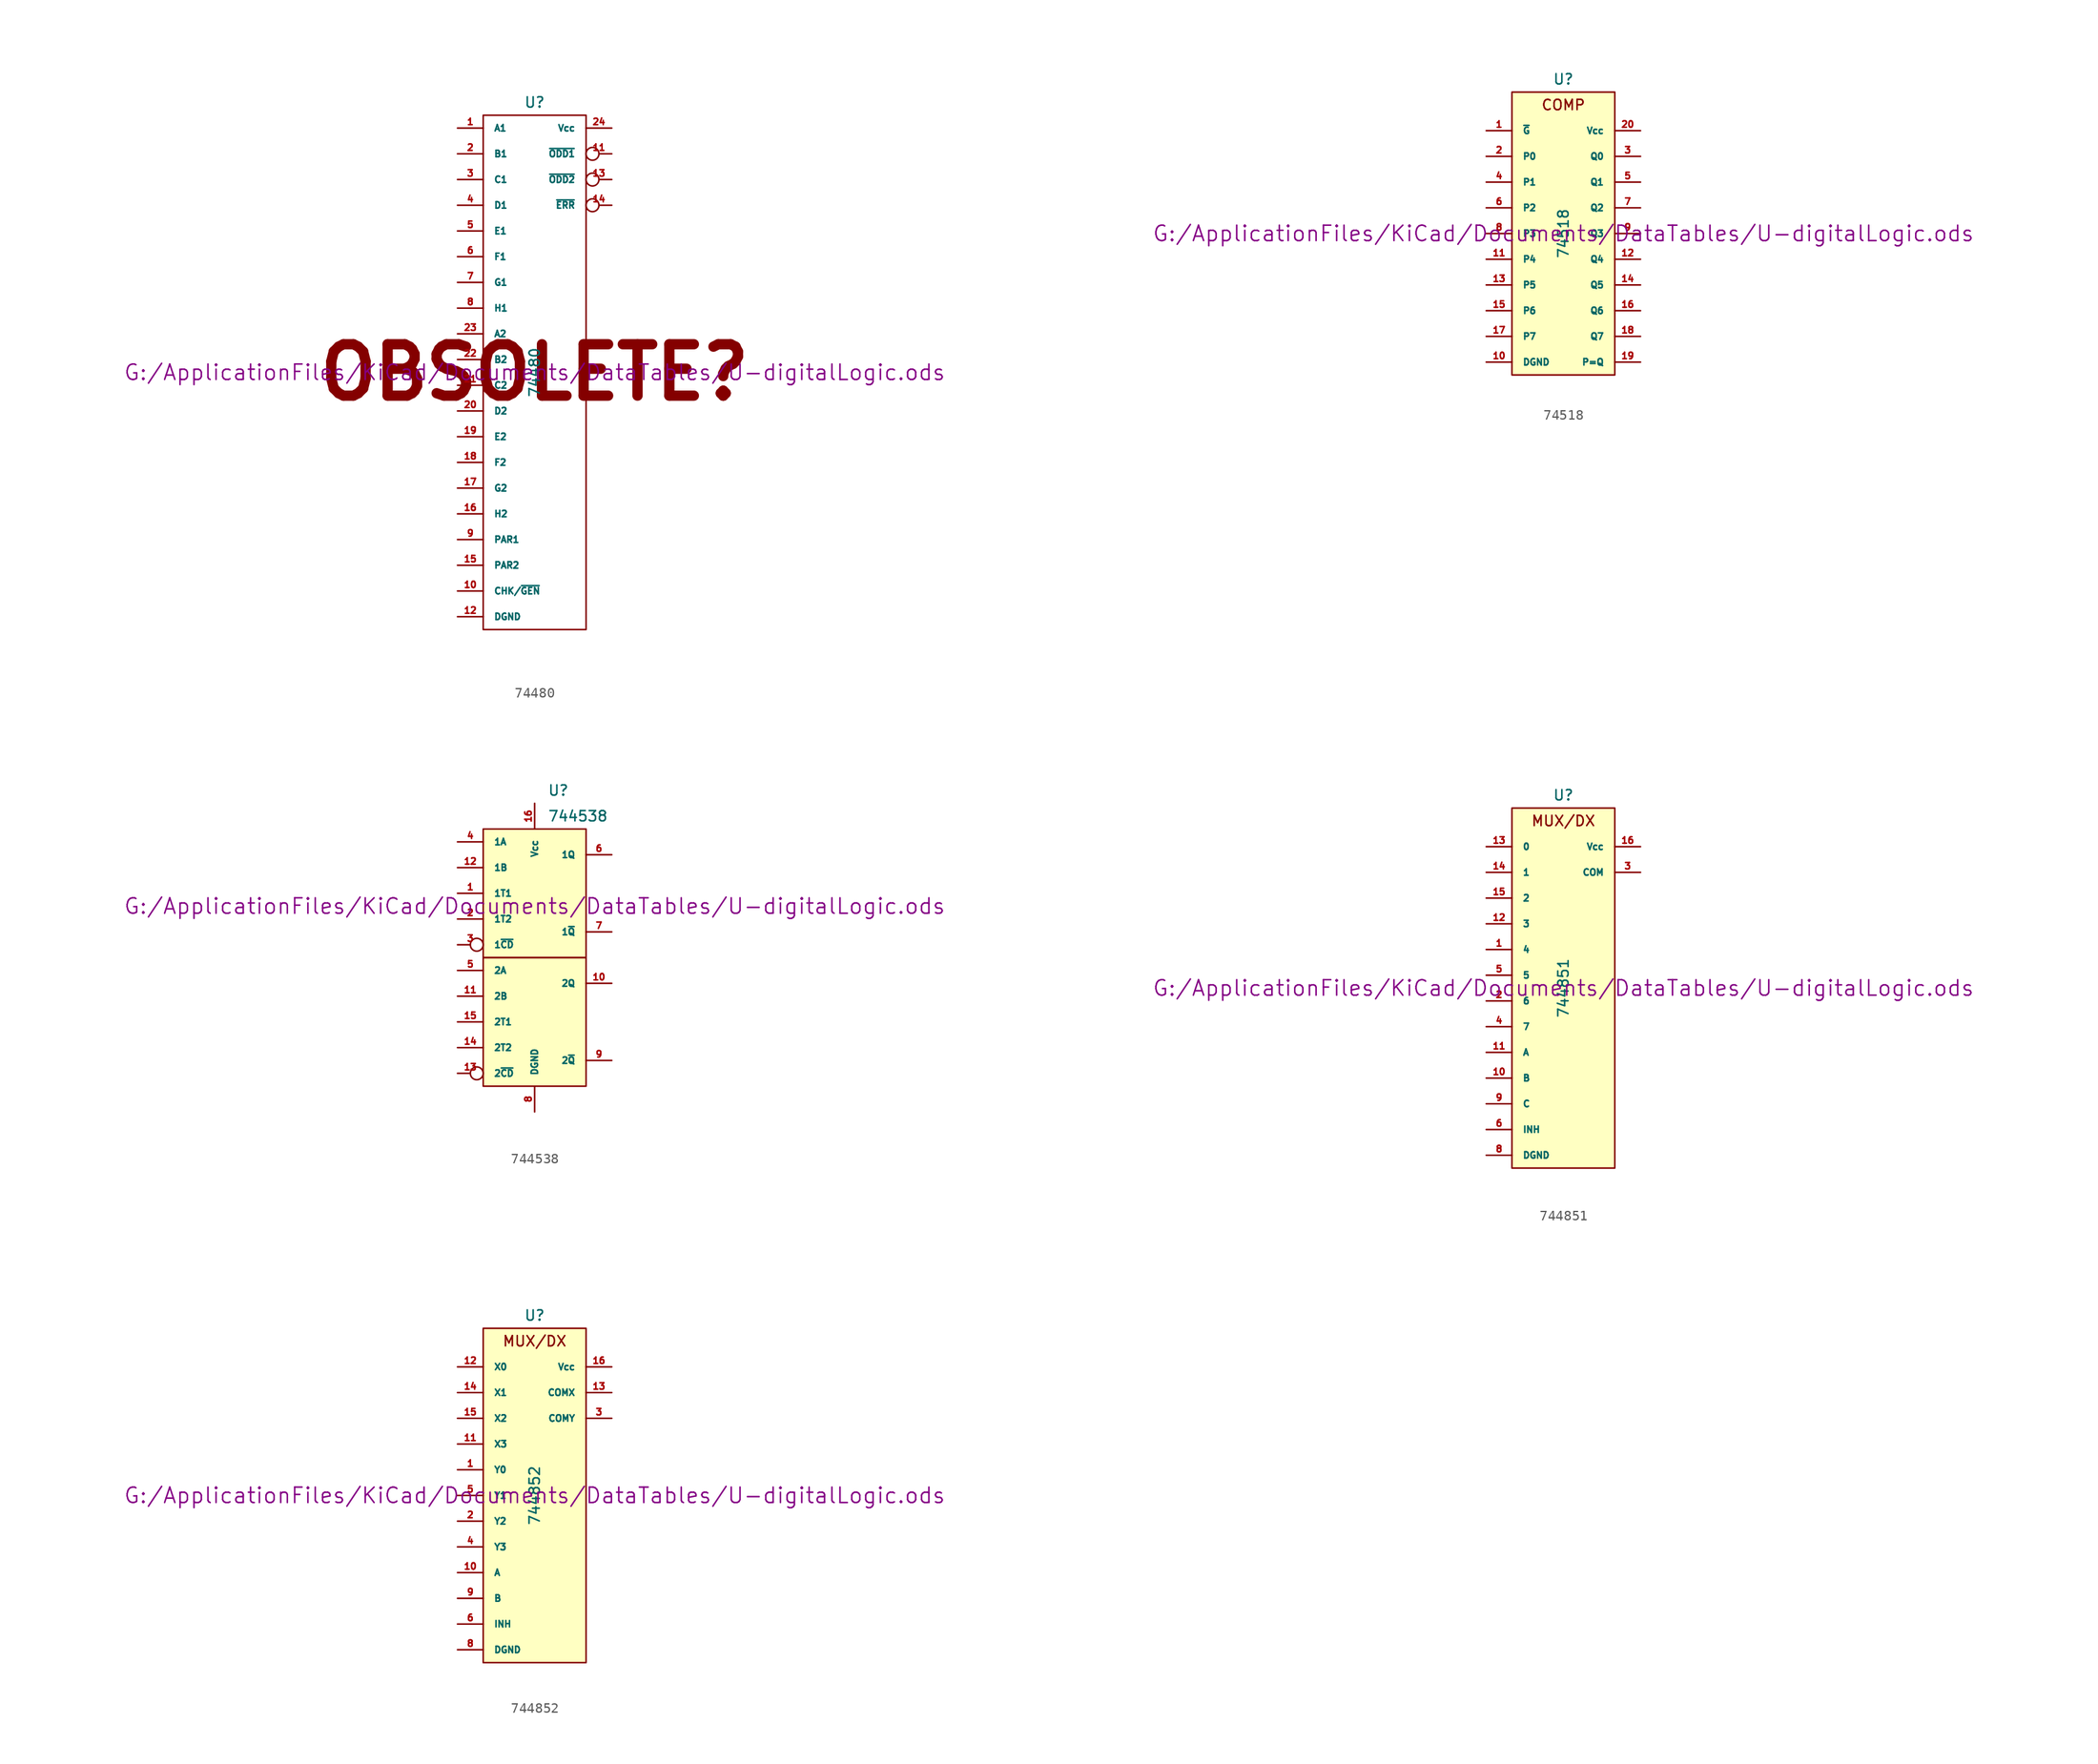
<source format=kicad_sym>
(kicad_symbol_lib
  (version 20211014)
  (generator kicad_symbol_editor)
  (symbol "74480"
    (pin_names
      (offset 1.016))
    (property "Reference" "U"
      (at 0 26.67 0)
      (effects (font (size 1.016 1.016))))
    (property "Value" "74480"
      (at 0 0 90)
      (effects (font (size 1.016 1.016))))
    (property "Footprint" ""
      (at 0 0 0)
      (effects (font (size 1.524 1.524))))
    (property "Datasheet" "G:/ApplicationFiles/KiCad/Documents/DataTables/U-digitalLogic.ods"
      (at 0 0 0)
      (effects (font (size 1.524 1.524))))
    (symbol "74480_0_0"
      (text "OBSOLETE?" (at 0 0 0) (effects (font (size 5.08 5.08) bold))))
    (symbol "74480_0_1"
      (rectangle (start -5.08 25.4) (end 5.08 -25.4) (stroke (width 0) (type default) (color 0 0 0 0)) (fill (type none))))
    (symbol "74480_1_1"
      (pin input line (at -7.62 24.13 0) (length 2.54) (name "A1" (effects (font (size 0.635 0.635)))) (number "1" (effects (font (size 0.635 0.635)))))
      (pin input line (at -7.62 -21.59 0) (length 2.54) (name "CHK/~{GEN}" (effects (font (size 0.635 0.635)))) (number "10" (effects (font (size 0.635 0.635)))))
      (pin output inverted (at 7.62 21.59 180) (length 2.54) (name "~{ODD1}" (effects (font (size 0.635 0.635)))) (number "11" (effects (font (size 0.635 0.635)))))
      (pin power_in line (at -7.62 -24.13 0) (length 2.54) (name "DGND" (effects (font (size 0.635 0.635)))) (number "12" (effects (font (size 0.635 0.635)))))
      (pin output inverted (at 7.62 19.05 180) (length 2.54) (name "~{ODD2}" (effects (font (size 0.635 0.635)))) (number "13" (effects (font (size 0.635 0.635)))))
      (pin output inverted (at 7.62 16.51 180) (length 2.54) (name "~{ERR}" (effects (font (size 0.635 0.635)))) (number "14" (effects (font (size 0.635 0.635)))))
      (pin input line (at -7.62 -19.05 0) (length 2.54) (name "PAR2" (effects (font (size 0.635 0.635)))) (number "15" (effects (font (size 0.635 0.635)))))
      (pin input line (at -7.62 -13.97 0) (length 2.54) (name "H2" (effects (font (size 0.635 0.635)))) (number "16" (effects (font (size 0.635 0.635)))))
      (pin input line (at -7.62 -11.43 0) (length 2.54) (name "G2" (effects (font (size 0.635 0.635)))) (number "17" (effects (font (size 0.635 0.635)))))
      (pin input line (at -7.62 -8.89 0) (length 2.54) (name "F2" (effects (font (size 0.635 0.635)))) (number "18" (effects (font (size 0.635 0.635)))))
      (pin input line (at -7.62 -6.35 0) (length 2.54) (name "E2" (effects (font (size 0.635 0.635)))) (number "19" (effects (font (size 0.635 0.635)))))
      (pin input line (at -7.62 21.59 0) (length 2.54) (name "B1" (effects (font (size 0.635 0.635)))) (number "2" (effects (font (size 0.635 0.635)))))
      (pin input line (at -7.62 -3.81 0) (length 2.54) (name "D2" (effects (font (size 0.635 0.635)))) (number "20" (effects (font (size 0.635 0.635)))))
      (pin input line (at -7.62 -1.27 0) (length 2.54) (name "C2" (effects (font (size 0.635 0.635)))) (number "21" (effects (font (size 0.635 0.635)))))
      (pin input line (at -7.62 1.27 0) (length 2.54) (name "B2" (effects (font (size 0.635 0.635)))) (number "22" (effects (font (size 0.635 0.635)))))
      (pin input line (at -7.62 3.81 0) (length 2.54) (name "A2" (effects (font (size 0.635 0.635)))) (number "23" (effects (font (size 0.635 0.635)))))
      (pin power_in line (at 7.62 24.13 180) (length 2.54) (name "Vcc" (effects (font (size 0.635 0.635)))) (number "24" (effects (font (size 0.635 0.635)))))
      (pin input line (at -7.62 19.05 0) (length 2.54) (name "C1" (effects (font (size 0.635 0.635)))) (number "3" (effects (font (size 0.635 0.635)))))
      (pin input line (at -7.62 16.51 0) (length 2.54) (name "D1" (effects (font (size 0.635 0.635)))) (number "4" (effects (font (size 0.635 0.635)))))
      (pin input line (at -7.62 13.97 0) (length 2.54) (name "E1" (effects (font (size 0.635 0.635)))) (number "5" (effects (font (size 0.635 0.635)))))
      (pin input line (at -7.62 11.43 0) (length 2.54) (name "F1" (effects (font (size 0.635 0.635)))) (number "6" (effects (font (size 0.635 0.635)))))
      (pin input line (at -7.62 8.89 0) (length 2.54) (name "G1" (effects (font (size 0.635 0.635)))) (number "7" (effects (font (size 0.635 0.635)))))
      (pin input line (at -7.62 6.35 0) (length 2.54) (name "H1" (effects (font (size 0.635 0.635)))) (number "8" (effects (font (size 0.635 0.635)))))
      (pin input line (at -7.62 -16.51 0) (length 2.54) (name "PAR1" (effects (font (size 0.635 0.635)))) (number "9" (effects (font (size 0.635 0.635)))))))
  (symbol "74518"
    (pin_names
      (offset 1.016))
    (property "Reference" "U"
      (at 0 15.24 0)
      (effects (font (size 1.016 1.016))))
    (property "Value" "74518"
      (at 0 0 90)
      (effects (font (size 1.016 1.016))))
    (property "Footprint" ""
      (at 0 0 0)
      (effects (font (size 1.524 1.524))))
    (property "Datasheet" "G:/ApplicationFiles/KiCad/Documents/DataTables/U-digitalLogic.ods"
      (at 0 0 0)
      (effects (font (size 1.524 1.524))))
    (symbol "74518_0_0"
      (text "COMP" (at 0 12.7 0) (effects (font (size 1.016 1.016)))))
    (symbol "74518_0_1"
      (rectangle (start -5.08 13.97) (end 5.08 -13.97) (stroke (width 0) (type default) (color 0 0 0 0)) (fill (type background))))
    (symbol "74518_1_1"
      (pin input line (at -7.62 10.16 0) (length 2.54) (name "~{G}" (effects (font (size 0.635 0.635)))) (number "1" (effects (font (size 0.635 0.635)))))
      (pin power_in line (at -7.62 -12.7 0) (length 2.54) (name "DGND" (effects (font (size 0.635 0.635)))) (number "10" (effects (font (size 0.635 0.635)))))
      (pin input line (at -7.62 -2.54 0) (length 2.54) (name "P4" (effects (font (size 0.635 0.635)))) (number "11" (effects (font (size 0.635 0.635)))))
      (pin input line (at 7.62 -2.54 180) (length 2.54) (name "Q4" (effects (font (size 0.635 0.635)))) (number "12" (effects (font (size 0.635 0.635)))))
      (pin input line (at -7.62 -5.08 0) (length 2.54) (name "P5" (effects (font (size 0.635 0.635)))) (number "13" (effects (font (size 0.635 0.635)))))
      (pin input line (at 7.62 -5.08 180) (length 2.54) (name "Q5" (effects (font (size 0.635 0.635)))) (number "14" (effects (font (size 0.635 0.635)))))
      (pin input line (at -7.62 -7.62 0) (length 2.54) (name "P6" (effects (font (size 0.635 0.635)))) (number "15" (effects (font (size 0.635 0.635)))))
      (pin input line (at 7.62 -7.62 180) (length 2.54) (name "Q6" (effects (font (size 0.635 0.635)))) (number "16" (effects (font (size 0.635 0.635)))))
      (pin input line (at -7.62 -10.16 0) (length 2.54) (name "P7" (effects (font (size 0.635 0.635)))) (number "17" (effects (font (size 0.635 0.635)))))
      (pin input line (at 7.62 -10.16 180) (length 2.54) (name "Q7" (effects (font (size 0.635 0.635)))) (number "18" (effects (font (size 0.635 0.635)))))
      (pin output line (at 7.62 -12.7 180) (length 2.54) (name "P=Q" (effects (font (size 0.635 0.635)))) (number "19" (effects (font (size 0.635 0.635)))))
      (pin input line (at -7.62 7.62 0) (length 2.54) (name "P0" (effects (font (size 0.635 0.635)))) (number "2" (effects (font (size 0.635 0.635)))))
      (pin power_in line (at 7.62 10.16 180) (length 2.54) (name "Vcc" (effects (font (size 0.635 0.635)))) (number "20" (effects (font (size 0.635 0.635)))))
      (pin input line (at 7.62 7.62 180) (length 2.54) (name "Q0" (effects (font (size 0.635 0.635)))) (number "3" (effects (font (size 0.635 0.635)))))
      (pin input line (at -7.62 5.08 0) (length 2.54) (name "P1" (effects (font (size 0.635 0.635)))) (number "4" (effects (font (size 0.635 0.635)))))
      (pin input line (at 7.62 5.08 180) (length 2.54) (name "Q1" (effects (font (size 0.635 0.635)))) (number "5" (effects (font (size 0.635 0.635)))))
      (pin input line (at -7.62 2.54 0) (length 2.54) (name "P2" (effects (font (size 0.635 0.635)))) (number "6" (effects (font (size 0.635 0.635)))))
      (pin input line (at 7.62 2.54 180) (length 2.54) (name "Q2" (effects (font (size 0.635 0.635)))) (number "7" (effects (font (size 0.635 0.635)))))
      (pin input line (at -7.62 0 0) (length 2.54) (name "P3" (effects (font (size 0.635 0.635)))) (number "8" (effects (font (size 0.635 0.635)))))
      (pin input line (at 7.62 0 180) (length 2.54) (name "Q3" (effects (font (size 0.635 0.635)))) (number "9" (effects (font (size 0.635 0.635)))))))
  (symbol "744538"
    (pin_names
      (offset 1.016))
    (property "Reference" "U"
      (at 1.27 16.51 0)
      (effects (font (size 1.016 1.016)) (justify left)))
    (property "Value" "744538"
      (at 1.27 13.97 0)
      (effects (font (size 1.016 1.016)) (justify left)))
    (property "Footprint" ""
      (at 0 5.08 0)
      (effects (font (size 1.524 1.524))))
    (property "Datasheet" "G:/ApplicationFiles/KiCad/Documents/DataTables/U-digitalLogic.ods"
      (at 0 5.08 0)
      (effects (font (size 1.524 1.524))))
    (symbol "744538_0_1"
      (rectangle (start -5.08 0) (end 5.08 -12.7) (stroke (width 0) (type default) (color 0 0 0 0)) (fill (type background)))
      (rectangle (start -5.08 12.7) (end 5.08 0) (stroke (width 0) (type default) (color 0 0 0 0)) (fill (type background))))
    (symbol "744538_1_1"
      (pin input line (at -7.62 6.35 0) (length 2.54) (name "1T1" (effects (font (size 0.635 0.635)))) (number "1" (effects (font (size 0.635 0.635)))))
      (pin output line (at 7.62 -2.54 180) (length 2.54) (name "2Q" (effects (font (size 0.635 0.635)))) (number "10" (effects (font (size 0.635 0.635)))))
      (pin input line (at -7.62 -3.81 0) (length 2.54) (name "2B" (effects (font (size 0.635 0.635)))) (number "11" (effects (font (size 0.635 0.635)))))
      (pin input line (at -7.62 8.89 0) (length 2.54) (name "1B" (effects (font (size 0.635 0.635)))) (number "12" (effects (font (size 0.635 0.635)))))
      (pin input inverted (at -7.62 -11.43 0) (length 2.54) (name "2~{CD}" (effects (font (size 0.635 0.635)))) (number "13" (effects (font (size 0.635 0.635)))))
      (pin input line (at -7.62 -8.89 0) (length 2.54) (name "2T2" (effects (font (size 0.635 0.635)))) (number "14" (effects (font (size 0.635 0.635)))))
      (pin input line (at -7.62 -6.35 0) (length 2.54) (name "2T1" (effects (font (size 0.635 0.635)))) (number "15" (effects (font (size 0.635 0.635)))))
      (pin power_in line (at 0 15.24 270) (length 2.54) (name "Vcc" (effects (font (size 0.635 0.635)))) (number "16" (effects (font (size 0.635 0.635)))))
      (pin input line (at -7.62 3.81 0) (length 2.54) (name "1T2" (effects (font (size 0.635 0.635)))) (number "2" (effects (font (size 0.635 0.635)))))
      (pin input inverted (at -7.62 1.27 0) (length 2.54) (name "1~{CD}" (effects (font (size 0.635 0.635)))) (number "3" (effects (font (size 0.635 0.635)))))
      (pin input line (at -7.62 11.43 0) (length 2.54) (name "1A" (effects (font (size 0.635 0.635)))) (number "4" (effects (font (size 0.635 0.635)))))
      (pin input line (at -7.62 -1.27 0) (length 2.54) (name "2A" (effects (font (size 0.635 0.635)))) (number "5" (effects (font (size 0.635 0.635)))))
      (pin output line (at 7.62 10.16 180) (length 2.54) (name "1Q" (effects (font (size 0.635 0.635)))) (number "6" (effects (font (size 0.635 0.635)))))
      (pin output line (at 7.62 2.54 180) (length 2.54) (name "1~{Q}" (effects (font (size 0.635 0.635)))) (number "7" (effects (font (size 0.635 0.635)))))
      (pin power_in line (at 0 -15.24 90) (length 2.54) (name "DGND" (effects (font (size 0.635 0.635)))) (number "8" (effects (font (size 0.635 0.635)))))
      (pin output line (at 7.62 -10.16 180) (length 2.54) (name "2~{Q}" (effects (font (size 0.635 0.635)))) (number "9" (effects (font (size 0.635 0.635)))))))
  (symbol "744851"
    (pin_names
      (offset 1.016))
    (property "Reference" "U"
      (at 0 19.05 0)
      (effects (font (size 1.016 1.016))))
    (property "Value" "744851"
      (at 0 0 90)
      (effects (font (size 1.016 1.016))))
    (property "Footprint" ""
      (at 0 0 0)
      (effects (font (size 1.524 1.524))))
    (property "Datasheet" "G:/ApplicationFiles/KiCad/Documents/DataTables/U-digitalLogic.ods"
      (at 0 0 0)
      (effects (font (size 1.524 1.524))))
    (symbol "744851_0_0"
      (text "MUX/DX" (at 0 16.51 0) (effects (font (size 1.016 1.016)))))
    (symbol "744851_0_1"
      (rectangle (start -5.08 17.78) (end 5.08 -17.78) (stroke (width 0) (type default) (color 0 0 0 0)) (fill (type background))))
    (symbol "744851_1_1"
      (pin bidirectional line (at -7.62 3.81 0) (length 2.54) (name "4" (effects (font (size 0.635 0.635)))) (number "1" (effects (font (size 0.635 0.635)))))
      (pin input line (at -7.62 -8.89 0) (length 2.54) (name "B" (effects (font (size 0.635 0.635)))) (number "10" (effects (font (size 0.635 0.635)))))
      (pin input line (at -7.62 -6.35 0) (length 2.54) (name "A" (effects (font (size 0.635 0.635)))) (number "11" (effects (font (size 0.635 0.635)))))
      (pin bidirectional line (at -7.62 6.35 0) (length 2.54) (name "3" (effects (font (size 0.635 0.635)))) (number "12" (effects (font (size 0.635 0.635)))))
      (pin bidirectional line (at -7.62 13.97 0) (length 2.54) (name "0" (effects (font (size 0.635 0.635)))) (number "13" (effects (font (size 0.635 0.635)))))
      (pin bidirectional line (at -7.62 11.43 0) (length 2.54) (name "1" (effects (font (size 0.635 0.635)))) (number "14" (effects (font (size 0.635 0.635)))))
      (pin bidirectional line (at -7.62 8.89 0) (length 2.54) (name "2" (effects (font (size 0.635 0.635)))) (number "15" (effects (font (size 0.635 0.635)))))
      (pin power_in line (at 7.62 13.97 180) (length 2.54) (name "Vcc" (effects (font (size 0.635 0.635)))) (number "16" (effects (font (size 0.635 0.635)))))
      (pin bidirectional line (at -7.62 -1.27 0) (length 2.54) (name "6" (effects (font (size 0.635 0.635)))) (number "2" (effects (font (size 0.635 0.635)))))
      (pin bidirectional line (at 7.62 11.43 180) (length 2.54) (name "COM" (effects (font (size 0.635 0.635)))) (number "3" (effects (font (size 0.635 0.635)))))
      (pin bidirectional line (at -7.62 -3.81 0) (length 2.54) (name "7" (effects (font (size 0.635 0.635)))) (number "4" (effects (font (size 0.635 0.635)))))
      (pin bidirectional line (at -7.62 1.27 0) (length 2.54) (name "5" (effects (font (size 0.635 0.635)))) (number "5" (effects (font (size 0.635 0.635)))))
      (pin input line (at -7.62 -13.97 0) (length 2.54) (name "INH" (effects (font (size 0.635 0.635)))) (number "6" (effects (font (size 0.635 0.635)))))
      (pin power_in line (at -7.62 -16.51 0) (length 2.54) (name "DGND" (effects (font (size 0.635 0.635)))) (number "8" (effects (font (size 0.635 0.635)))))
      (pin input line (at -7.62 -11.43 0) (length 2.54) (name "C" (effects (font (size 0.635 0.635)))) (number "9" (effects (font (size 0.635 0.635)))))))
  (symbol "744852"
    (pin_names
      (offset 1.016))
    (property "Reference" "U"
      (at 0 17.78 0)
      (effects (font (size 1.016 1.016))))
    (property "Value" "744852"
      (at 0 0 90)
      (effects (font (size 1.016 1.016))))
    (property "Footprint" ""
      (at 0 0 0)
      (effects (font (size 1.524 1.524))))
    (property "Datasheet" "G:/ApplicationFiles/KiCad/Documents/DataTables/U-digitalLogic.ods"
      (at 0 0 0)
      (effects (font (size 1.524 1.524))))
    (symbol "744852_0_0"
      (text "MUX/DX" (at 0 15.24 0) (effects (font (size 1.016 1.016)))))
    (symbol "744852_0_1"
      (rectangle (start -5.08 16.51) (end 5.08 -16.51) (stroke (width 0) (type default) (color 0 0 0 0)) (fill (type background))))
    (symbol "744852_1_1"
      (pin bidirectional line (at -7.62 2.54 0) (length 2.54) (name "Y0" (effects (font (size 0.635 0.635)))) (number "1" (effects (font (size 0.635 0.635)))))
      (pin input line (at -7.62 -7.62 0) (length 2.54) (name "A" (effects (font (size 0.635 0.635)))) (number "10" (effects (font (size 0.635 0.635)))))
      (pin bidirectional line (at -7.62 5.08 0) (length 2.54) (name "X3" (effects (font (size 0.635 0.635)))) (number "11" (effects (font (size 0.635 0.635)))))
      (pin bidirectional line (at -7.62 12.7 0) (length 2.54) (name "X0" (effects (font (size 0.635 0.635)))) (number "12" (effects (font (size 0.635 0.635)))))
      (pin bidirectional line (at 7.62 10.16 180) (length 2.54) (name "COMX" (effects (font (size 0.635 0.635)))) (number "13" (effects (font (size 0.635 0.635)))))
      (pin bidirectional line (at -7.62 10.16 0) (length 2.54) (name "X1" (effects (font (size 0.635 0.635)))) (number "14" (effects (font (size 0.635 0.635)))))
      (pin bidirectional line (at -7.62 7.62 0) (length 2.54) (name "X2" (effects (font (size 0.635 0.635)))) (number "15" (effects (font (size 0.635 0.635)))))
      (pin power_in line (at 7.62 12.7 180) (length 2.54) (name "Vcc" (effects (font (size 0.635 0.635)))) (number "16" (effects (font (size 0.635 0.635)))))
      (pin bidirectional line (at -7.62 -2.54 0) (length 2.54) (name "Y2" (effects (font (size 0.635 0.635)))) (number "2" (effects (font (size 0.635 0.635)))))
      (pin bidirectional line (at 7.62 7.62 180) (length 2.54) (name "COMY" (effects (font (size 0.635 0.635)))) (number "3" (effects (font (size 0.635 0.635)))))
      (pin bidirectional line (at -7.62 -5.08 0) (length 2.54) (name "Y3" (effects (font (size 0.635 0.635)))) (number "4" (effects (font (size 0.635 0.635)))))
      (pin bidirectional line (at -7.62 0 0) (length 2.54) (name "Y1" (effects (font (size 0.635 0.635)))) (number "5" (effects (font (size 0.635 0.635)))))
      (pin input line (at -7.62 -12.7 0) (length 2.54) (name "INH" (effects (font (size 0.635 0.635)))) (number "6" (effects (font (size 0.635 0.635)))))
      (pin power_in line (at -7.62 -15.24 0) (length 2.54) (name "DGND" (effects (font (size 0.635 0.635)))) (number "8" (effects (font (size 0.635 0.635)))))
      (pin input line (at -7.62 -10.16 0) (length 2.54) (name "B" (effects (font (size 0.635 0.635)))) (number "9" (effects (font (size 0.635 0.635))))))))
</source>
